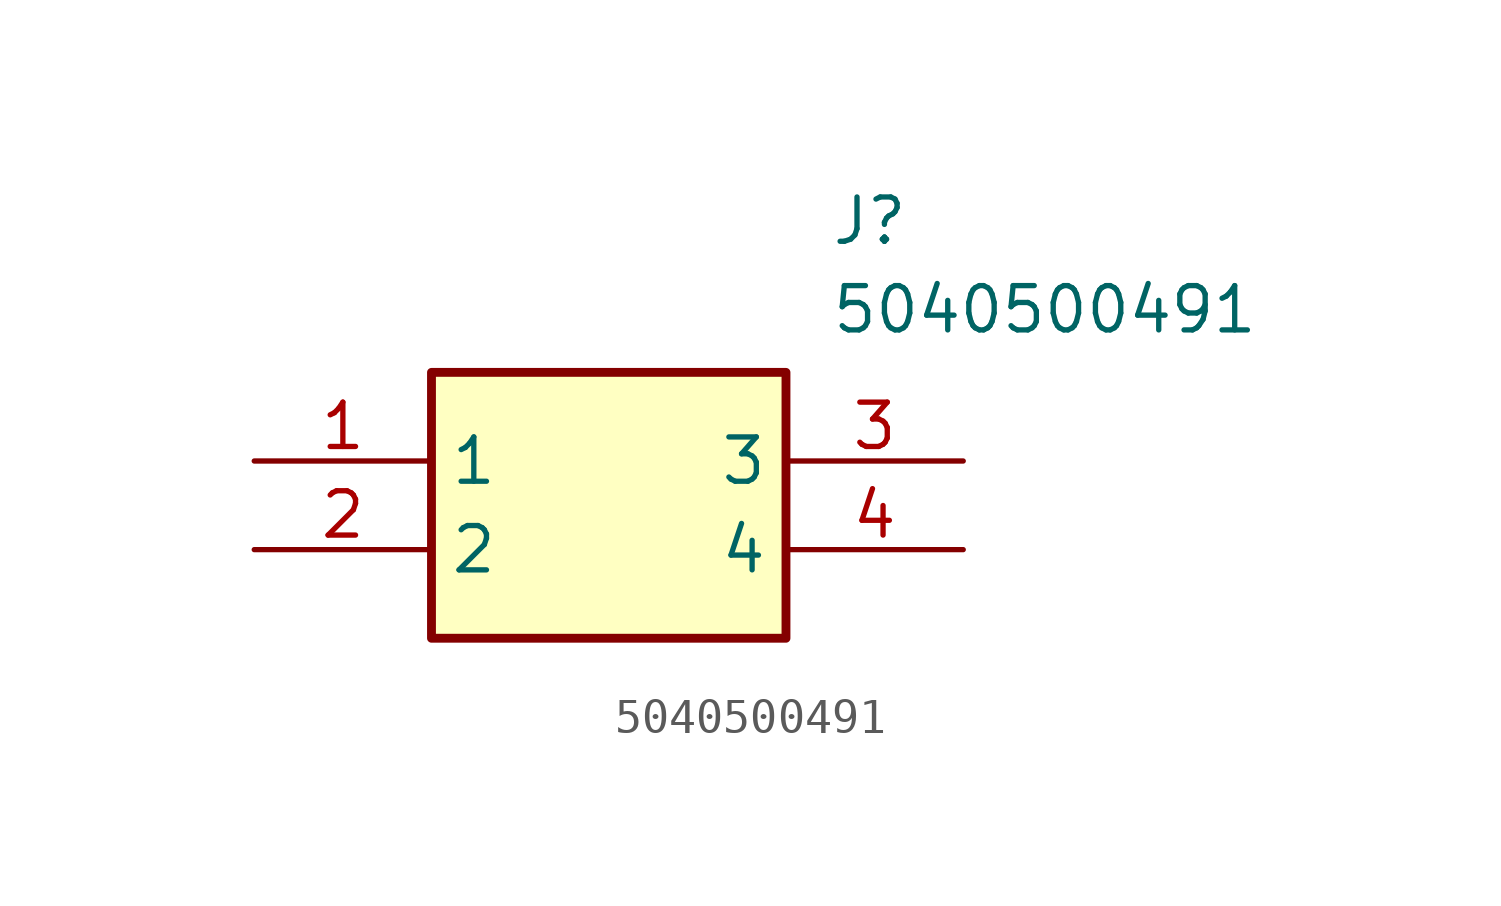
<source format=kicad_sym>
(kicad_symbol_lib
  (version 20211014)
  (generator SamacSys_ECAD_Model)
  (symbol "5040500491"
    (property "Reference" "J"
      (at 16.51 7.62 0)
      (effects (font (size 1.27 1.27)) (justify left top)))
    (property "Value" "5040500491"
      (at 16.51 5.08 0)
      (effects (font (size 1.27 1.27)) (justify left top)))
    (rectangle
      (start 5.08 2.54)
      (end 15.24 -5.08)
      (stroke (width 0.254) (type default))
      (fill (type background)))
    (pin passive line
      (at 0 0 0)
      (length 5.08)
      (name "1" (effects (font (size 1.27 1.27))))
      (number "1" (effects (font (size 1.27 1.27)))))
    (pin passive line
      (at 0 -2.54 0)
      (length 5.08)
      (name "2" (effects (font (size 1.27 1.27))))
      (number "2" (effects (font (size 1.27 1.27)))))
    (pin passive line
      (at 20.32 0 180)
      (length 5.08)
      (name "3" (effects (font (size 1.27 1.27))))
      (number "3" (effects (font (size 1.27 1.27)))))
    (pin passive line
      (at 20.32 -2.54 180)
      (length 5.08)
      (name "4" (effects (font (size 1.27 1.27))))
      (number "4" (effects (font (size 1.27 1.27)))))))
</source>
